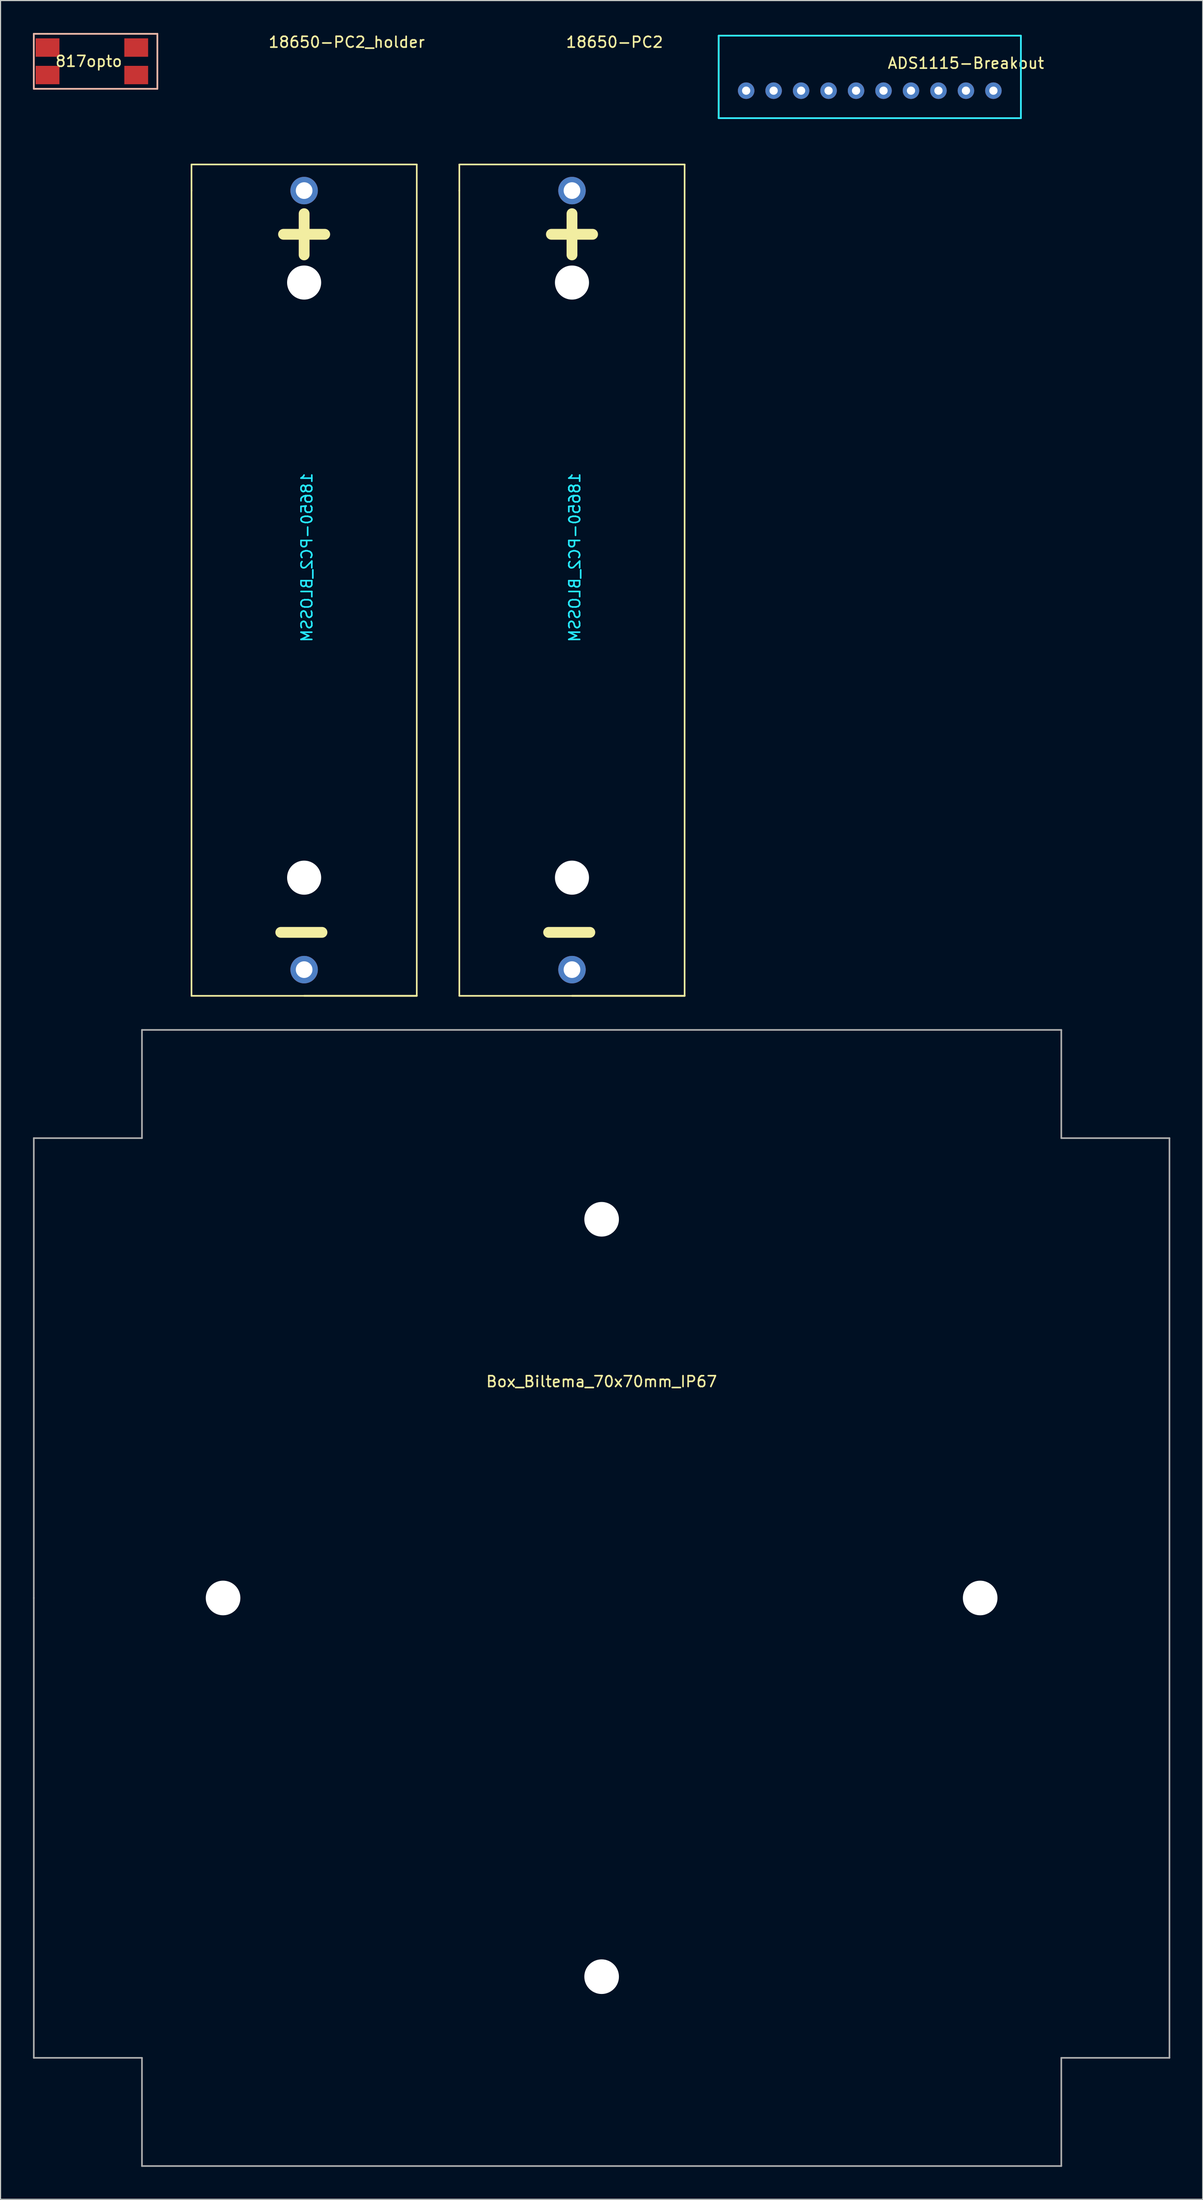
<source format=kicad_pcb>
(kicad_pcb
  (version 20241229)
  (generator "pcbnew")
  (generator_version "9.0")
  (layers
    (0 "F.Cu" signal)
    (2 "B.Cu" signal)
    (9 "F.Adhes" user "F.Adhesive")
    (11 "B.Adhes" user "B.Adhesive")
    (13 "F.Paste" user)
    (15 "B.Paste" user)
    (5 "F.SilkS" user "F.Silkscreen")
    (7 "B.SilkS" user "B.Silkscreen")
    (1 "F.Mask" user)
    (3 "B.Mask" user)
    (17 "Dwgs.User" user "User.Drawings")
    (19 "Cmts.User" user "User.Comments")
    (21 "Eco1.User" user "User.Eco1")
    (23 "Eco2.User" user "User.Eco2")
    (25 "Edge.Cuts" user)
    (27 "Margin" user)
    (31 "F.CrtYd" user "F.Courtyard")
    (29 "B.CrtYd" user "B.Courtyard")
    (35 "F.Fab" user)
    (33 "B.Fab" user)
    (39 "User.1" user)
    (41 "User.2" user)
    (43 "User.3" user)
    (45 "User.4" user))
  (footprint "Box_Biltema_70x70mm_IP67"
    (layer "F.Cu")
    (at 52.575 144.636)
    (property "Reference" "Box_Biltema_70x70mm_IP67" (at 0 -20 0) (layer "F.SilkS") (effects (font (size 1 1) (thickness 0.15))))
    (attr through_hole)
    (fp_line (start -52.5 0) (end -52.5 -42.5) (stroke (width 0.15) (type solid)) (layer "F.Fab"))
    (fp_line (start -52.5 42.5) (end -52.5 0) (stroke (width 0.15) (type solid)) (layer "F.Fab"))
    (fp_line (start -52.5 42.5) (end -42.5 42.5) (stroke (width 0.15) (type solid)) (layer "F.Fab"))
    (fp_line (start -42.5 -52.5) (end -42.5 -42.5) (stroke (width 0.15) (type solid)) (layer "F.Fab"))
    (fp_line (start -42.5 -52.5) (end 42.5 -52.5) (stroke (width 0.15) (type solid)) (layer "F.Fab"))
    (fp_line (start -42.5 -42.5) (end -52.5 -42.5) (stroke (width 0.15) (type solid)) (layer "F.Fab"))
    (fp_line (start -42.5 42.5) (end -42.5 52.5) (stroke (width 0.15) (type solid)) (layer "F.Fab"))
    (fp_line (start 42.5 -42.5) (end 42.5 -52.5) (stroke (width 0.15) (type solid)) (layer "F.Fab"))
    (fp_line (start 42.5 42.5) (end 42.5 52.5) (stroke (width 0.15) (type solid)) (layer "F.Fab"))
    (fp_line (start 42.5 52.5) (end -42.5 52.5) (stroke (width 0.15) (type solid)) (layer "F.Fab"))
    (fp_line (start 52.5 -42.5) (end 42.5 -42.5) (stroke (width 0.15) (type solid)) (layer "F.Fab"))
    (fp_line (start 52.5 -42.5) (end 52.5 42.5) (stroke (width 0.15) (type solid)) (layer "F.Fab"))
    (fp_line (start 52.5 42.5) (end 42.5 42.5) (stroke (width 0.15) (type solid)) (layer "F.Fab"))
    (pad "" np_thru_hole circle (at -35 0) (size 3.2 3.2) (drill 3.2) (layers "*.Cu" "*.Mask"))
    (pad "" np_thru_hole circle (at 0 -35) (size 3.2 3.2) (drill 3.2) (layers "*.Cu" "*.Mask"))
    (pad "" np_thru_hole circle (at 0 35) (size 3.2 3.2) (drill 3.2) (layers "*.Cu" "*.Mask"))
    (pad "" np_thru_hole circle (at 35 0) (size 3.2 3.2) (drill 3.2) (layers "*.Cu" "*.Mask")))
  (footprint "ADS1115-Breakout"
    (layer "F.Cu")
    (at 76.098 0.25)
    (property "Reference" "ADS1115-Breakout" (at 10.16 2.54 0) (layer "F.SilkS") (effects (font (size 1 1) (thickness 0.15))))
    (attr through_hole)
    (fp_line (start -12.7 0) (end -12.7 7.62) (stroke (width 0.15) (type solid)) (layer "F.SilkS"))
    (fp_line (start -12.7 7.62) (end 15.24 7.62) (stroke (width 0.15) (type solid)) (layer "F.SilkS"))
    (fp_line (start 15.24 0) (end -12.7 0) (stroke (width 0.15) (type solid)) (layer "F.SilkS"))
    (fp_line (start 15.24 7.62) (end 15.24 0) (stroke (width 0.15) (type solid)) (layer "F.SilkS"))
    (fp_line (start -12.7 0) (end -12.7 7.62) (stroke (width 0.15) (type solid)) (layer "B.CrtYd"))
    (fp_line (start -12.7 7.62) (end 15.24 7.62) (stroke (width 0.15) (type solid)) (layer "B.CrtYd"))
    (fp_line (start 15.24 0) (end -12.7 0) (stroke (width 0.15) (type solid)) (layer "B.CrtYd"))
    (fp_line (start 15.24 7.62) (end 15.24 0) (stroke (width 0.15) (type solid)) (layer "B.CrtYd"))
    (pad "1" thru_hole oval (at 0 5.08) (size 1.524 1.524) (drill 0.762) (layers "*.Cu" "*.Mask"))
    (pad "2" thru_hole circle (at 2.54 5.08) (size 1.524 1.524) (drill 0.762) (layers "*.Cu" "*.Mask"))
    (pad "3" thru_hole oval (at -7.62 5.08) (size 1.524 1.524) (drill 0.762) (layers "*.Cu" "*.Mask"))
    (pad "4" thru_hole oval (at 5.08 5.08) (size 1.524 1.524) (drill 0.762) (layers "*.Cu" "*.Mask"))
    (pad "5" thru_hole oval (at 7.62 5.08) (size 1.524 1.524) (drill 0.762) (layers "*.Cu" "*.Mask"))
    (pad "6" thru_hole circle (at 10.16 5.08) (size 1.524 1.524) (drill 0.762) (layers "*.Cu" "*.Mask"))
    (pad "7" thru_hole circle (at 12.7 5.08) (size 1.524 1.524) (drill 0.762) (layers "*.Cu" "*.Mask"))
    (pad "8" thru_hole circle (at -10.16 5.08) (size 1.524 1.524) (drill 0.762) (layers "*.Cu" "*.Mask"))
    (pad "9" thru_hole oval (at -2.54 5.08) (size 1.524 1.524) (drill 0.762) (layers "*.Cu" "*.Mask"))
    (pad "10" thru_hole oval (at -5.08 5.08) (size 1.524 1.524) (drill 0.762) (layers "*.Cu" "*.Mask")))
  (footprint "817opto"
    (layer "F.Cu")
    (at 1.345 1.345)
    (property "Reference" "817opto" (at 3.81 1.27 0) (layer "F.SilkS") (effects (font (size 1 1) (thickness 0.15))))
    (attr through_hole)
    (fp_line (start -1.27 -1.27) (end 0 -1.27) (stroke (width 0.15) (type solid)) (layer "F.SilkS"))
    (fp_line (start -1.27 3.81) (end -1.27 -1.27) (stroke (width 0.15) (type solid)) (layer "F.SilkS"))
    (fp_line (start 0 -1.27) (end 10.16 -1.27) (stroke (width 0.15) (type solid)) (layer "F.SilkS"))
    (fp_line (start 10.16 -1.27) (end 10.16 3.81) (stroke (width 0.15) (type solid)) (layer "F.SilkS"))
    (fp_line (start 10.16 3.81) (end -1.27 3.81) (stroke (width 0.15) (type solid)) (layer "F.SilkS"))
    (fp_line (start -1.27 -1.27) (end 10.16 -1.27) (stroke (width 0.15) (type solid)) (layer "B.SilkS"))
    (fp_line (start -1.27 3.81) (end -1.27 -1.27) (stroke (width 0.15) (type solid)) (layer "B.SilkS"))
    (fp_line (start 10.16 -1.27) (end 10.16 3.81) (stroke (width 0.15) (type solid)) (layer "B.SilkS"))
    (fp_line (start 10.16 3.81) (end -1.27 3.81) (stroke (width 0.15) (type solid)) (layer "B.SilkS"))
    (pad "1" smd rect (at 0 0) (size 2.2 1.7) (layers "F.Cu" "F.Mask" "F.Paste"))
    (pad "2" smd rect (at 0 2.54) (size 2.2 1.7) (layers "F.Cu" "F.Mask" "F.Paste"))
    (pad "3" smd rect (at 8.2 2.54) (size 2.2 1.7) (layers "F.Cu" "F.Mask" "F.Paste"))
    (pad "4" smd rect (at 8.2 0) (size 2.2 1.7) (layers "F.Cu" "F.Mask" "F.Paste")))
  (footprint "18650-PC2"
    (layer "F.Cu")
    (at 49.834 14.564)
    (property "Reference" "18650-PC2" (at 3.937 -13.716 0) (layer "F.SilkS") (effects (font (size 1 1) (thickness 0.15))))
    (attr through_hole)
    (fp_line (start -10.414 0) (end -10.414 -2.413) (stroke (width 0.15) (type solid)) (layer "F.SilkS"))
    (fp_line (start -10.414 74.422) (end -10.414 0) (stroke (width 0.15) (type solid)) (layer "F.SilkS"))
    (fp_line (start 0 74.422) (end 10.414 74.422) (stroke (width 0.15) (type solid)) (layer "F.SilkS"))
    (fp_line (start 10.414 -2.413) (end -10.414 -2.413) (stroke (width 0.15) (type solid)) (layer "F.SilkS"))
    (fp_line (start 10.414 74.422) (end -10.414 74.422) (stroke (width 0.15) (type solid)) (layer "F.SilkS"))
    (fp_line (start 10.414 74.422) (end 10.414 -2.413) (stroke (width 0.15) (type solid)) (layer "F.SilkS"))
    (fp_text user "-" (at -0.254 68.199 0) (layer "F.SilkS") (effects (font (size 5 5) (thickness 1))))
    (fp_text user "+" (at 0 3.683 0) (layer "F.SilkS") (effects (font (size 5 5) (thickness 1))))
    (fp_text user "18650-PC2_BLOSSM" (at 0.254 33.909 90) (layer "B.CrtYd") (effects (font (size 1 1) (thickness 0.15)) (justify mirror)))
    (pad "" np_thru_hole circle (at 0 8.5) (size 3.15 3.15) (drill 3.15) (layers "*.Cu" "*.Mask"))
    (pad "" np_thru_hole circle (at 0 63.5) (size 3.15 3.15) (drill 3.15) (layers "*.Cu" "*.Mask"))
    (pad "1" thru_hole circle (at 0 0) (size 2.54 2.54) (drill 1.54) (layers "*.Cu" "*.Mask"))
    (pad "2" thru_hole circle (at 0 72) (size 2.54 2.54) (drill 1.54) (layers "*.Cu" "*.Mask")))
  (footprint "18650-PC2_holder"
    (layer "F.Cu")
    (at 25.069 14.564)
    (property "Reference" "18650-PC2_holder" (at 3.937 -13.716 0) (layer "F.SilkS") (effects (font (size 1 1) (thickness 0.15))))
    (attr through_hole)
    (fp_line (start -10.414 0) (end -10.414 -2.413) (stroke (width 0.15) (type solid)) (layer "F.SilkS"))
    (fp_line (start -10.414 74.422) (end -10.414 0) (stroke (width 0.15) (type solid)) (layer "F.SilkS"))
    (fp_line (start 0 74.422) (end 10.414 74.422) (stroke (width 0.15) (type solid)) (layer "F.SilkS"))
    (fp_line (start 10.414 -2.413) (end -10.414 -2.413) (stroke (width 0.15) (type solid)) (layer "F.SilkS"))
    (fp_line (start 10.414 74.422) (end -10.414 74.422) (stroke (width 0.15) (type solid)) (layer "F.SilkS"))
    (fp_line (start 10.414 74.422) (end 10.414 -2.413) (stroke (width 0.15) (type solid)) (layer "F.SilkS"))
    (fp_text user "-" (at -0.254 68.199 0) (layer "F.SilkS") (effects (font (size 5 5) (thickness 1))))
    (fp_text user "+" (at 0 3.683 0) (layer "F.SilkS") (effects (font (size 5 5) (thickness 1))))
    (fp_text user "18650-PC2_BLOSSM" (at 0.254 33.909 90) (layer "B.CrtYd") (effects (font (size 1 1) (thickness 0.15)) (justify mirror)))
    (pad "" np_thru_hole circle (at 0 8.5) (size 3.15 3.15) (drill 3.15) (layers "*.Cu" "*.Mask"))
    (pad "" np_thru_hole circle (at 0 63.5) (size 3.15 3.15) (drill 3.15) (layers "*.Cu" "*.Mask"))
    (pad "1" thru_hole circle (at 0 0) (size 2.54 2.54) (drill 1.54) (layers "*.Cu" "*.Mask"))
    (pad "2" thru_hole circle (at 0 72) (size 2.54 2.54) (drill 1.54) (layers "*.Cu" "*.Mask")))
  (gr_rect
    (start -3 -3)
    (end 108.15 200.211)
    (stroke (width 0.1) (type default))
    (fill no)
    (layer "Edge.Cuts")))
</source>
